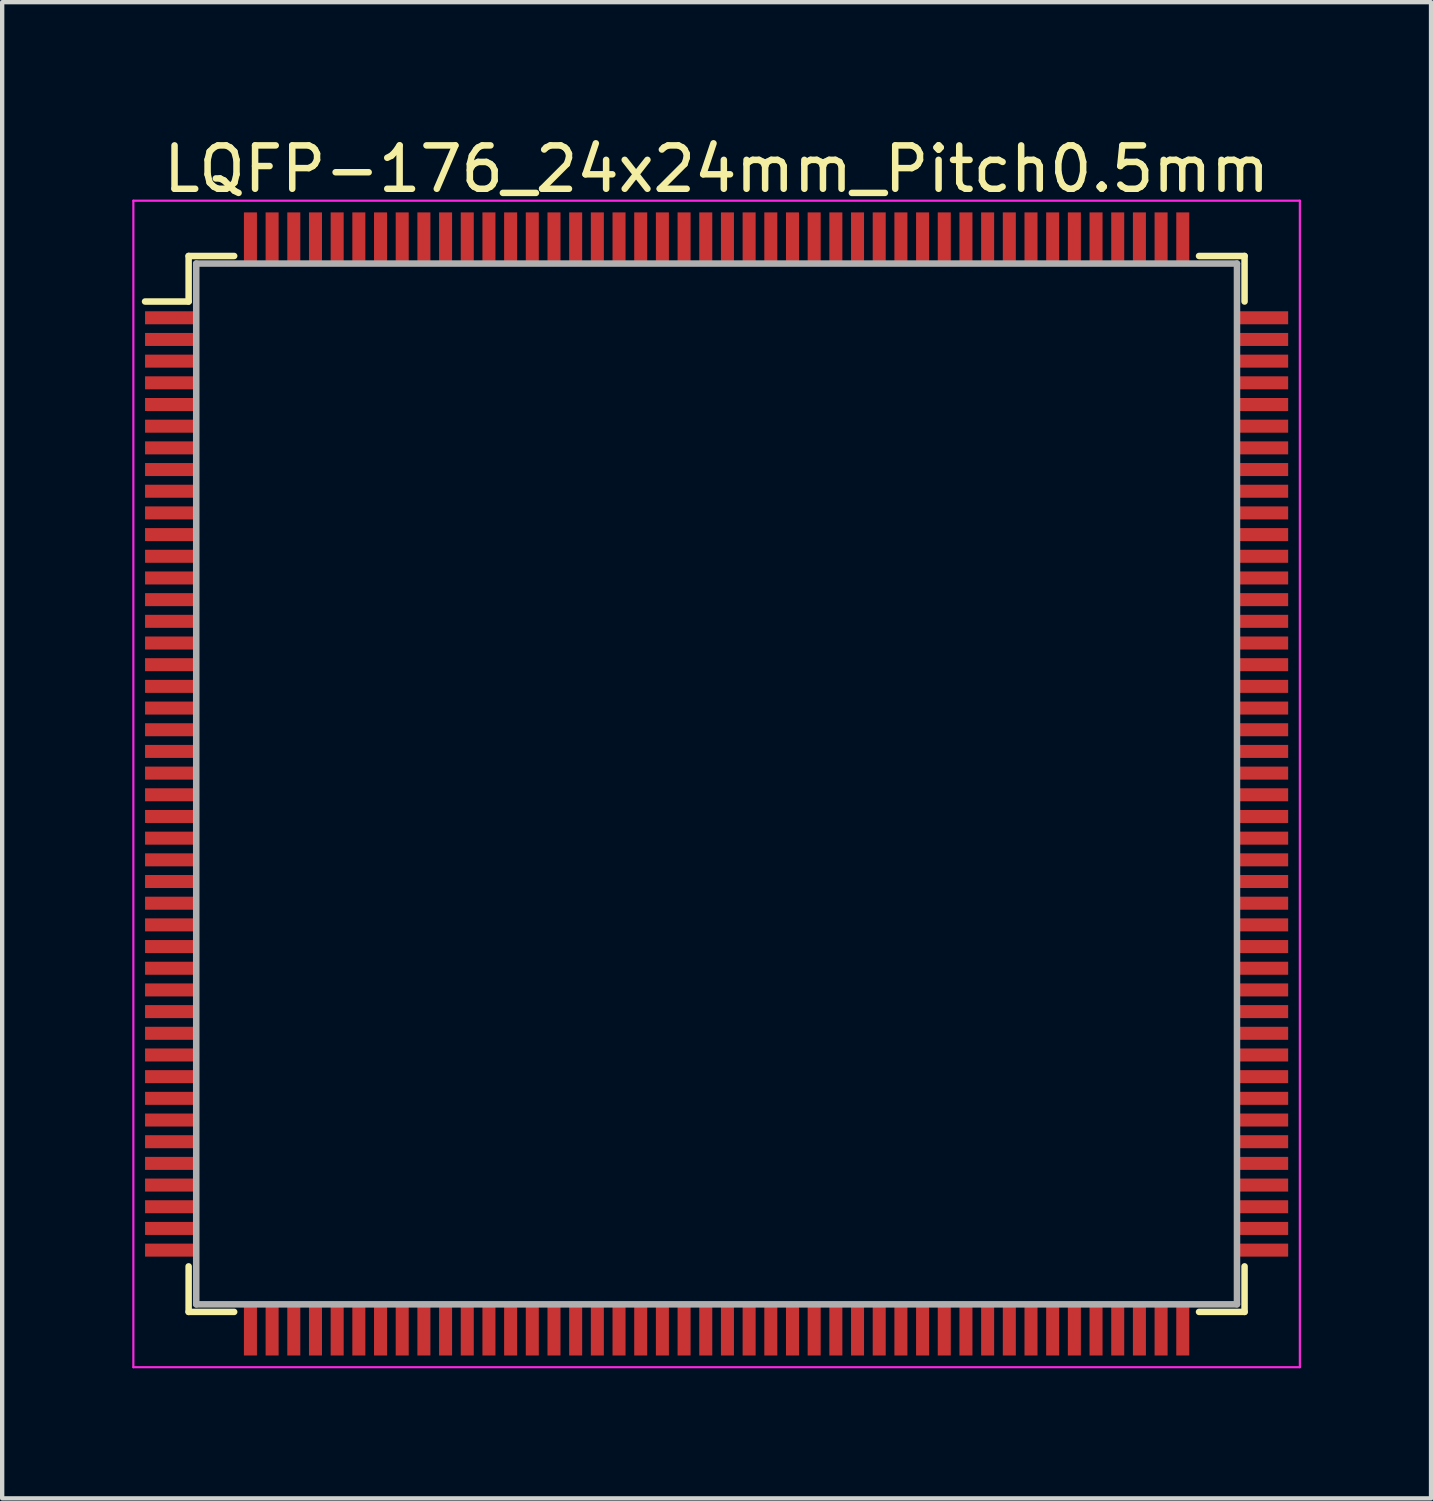
<source format=kicad_pcb>
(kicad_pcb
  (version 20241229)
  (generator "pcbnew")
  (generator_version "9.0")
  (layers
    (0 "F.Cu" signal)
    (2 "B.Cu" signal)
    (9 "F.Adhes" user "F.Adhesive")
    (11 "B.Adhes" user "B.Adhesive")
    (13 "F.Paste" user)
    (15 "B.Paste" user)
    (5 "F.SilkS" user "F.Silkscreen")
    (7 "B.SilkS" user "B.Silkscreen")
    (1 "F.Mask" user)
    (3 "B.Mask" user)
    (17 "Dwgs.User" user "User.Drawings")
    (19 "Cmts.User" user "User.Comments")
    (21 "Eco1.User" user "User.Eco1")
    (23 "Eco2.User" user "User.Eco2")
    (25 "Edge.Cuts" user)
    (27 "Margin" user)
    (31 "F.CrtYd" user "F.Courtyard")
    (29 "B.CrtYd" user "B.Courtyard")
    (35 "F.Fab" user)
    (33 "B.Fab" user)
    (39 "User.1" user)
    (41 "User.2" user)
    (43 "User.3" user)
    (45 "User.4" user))
  (footprint "LQFP-176_24x24mm_Pitch0.5mm"
    (layer "F.Cu")
    (at 13.475 15.028)
    (property "Reference" "LQFP-176_24x24mm_Pitch0.5mm" (at 0 -14.18 0) (layer "F.SilkS") (effects (font (size 1 1) (thickness 0.15))))
    (attr smd)
    (fp_line (start -12.175 -12.175) (end -12.175 -11.125) (stroke (width 0.15) (type solid)) (layer "F.SilkS"))
    (fp_line (start -12.175 -12.175) (end -11.125 -12.175) (stroke (width 0.15) (type solid)) (layer "F.SilkS"))
    (fp_line (start -12.175 -11.125) (end -13.18 -11.125) (stroke (width 0.15) (type solid)) (layer "F.SilkS"))
    (fp_line (start -12.175 12.175) (end -12.175 11.125) (stroke (width 0.15) (type solid)) (layer "F.SilkS"))
    (fp_line (start -12.175 12.175) (end -11.125 12.175) (stroke (width 0.15) (type solid)) (layer "F.SilkS"))
    (fp_line (start 12.175 -12.175) (end 11.125 -12.175) (stroke (width 0.15) (type solid)) (layer "F.SilkS"))
    (fp_line (start 12.175 -12.175) (end 12.175 -11.125) (stroke (width 0.15) (type solid)) (layer "F.SilkS"))
    (fp_line (start 12.175 12.175) (end 11.125 12.175) (stroke (width 0.15) (type solid)) (layer "F.SilkS"))
    (fp_line (start 12.175 12.175) (end 12.175 11.125) (stroke (width 0.15) (type solid)) (layer "F.SilkS"))
    (fp_line (start -13.45 -13.45) (end -13.45 13.45) (stroke (width 0.05) (type solid)) (layer "F.CrtYd"))
    (fp_line (start -13.45 -13.45) (end 13.45 -13.45) (stroke (width 0.05) (type solid)) (layer "F.CrtYd"))
    (fp_line (start -13.45 13.45) (end 13.45 13.45) (stroke (width 0.05) (type solid)) (layer "F.CrtYd"))
    (fp_line (start 13.45 -13.45) (end 13.45 13.45) (stroke (width 0.05) (type solid)) (layer "F.CrtYd"))
    (fp_line (start -12 -12) (end 12 -12) (stroke (width 0.15) (type solid)) (layer "F.Fab"))
    (fp_line (start -12 12) (end -12 -12) (stroke (width 0.15) (type solid)) (layer "F.Fab"))
    (fp_line (start 12 -12) (end 12 12) (stroke (width 0.15) (type solid)) (layer "F.Fab"))
    (fp_line (start 12 12) (end -12 12) (stroke (width 0.15) (type solid)) (layer "F.Fab"))
    (pad "1" smd rect (at -12.62 -10.75) (size 1.12 0.3) (layers "F.Cu" "F.Mask" "F.Paste"))
    (pad "2" smd rect (at -12.62 -10.25) (size 1.12 0.3) (layers "F.Cu" "F.Mask" "F.Paste"))
    (pad "3" smd rect (at -12.62 -9.75) (size 1.12 0.3) (layers "F.Cu" "F.Mask" "F.Paste"))
    (pad "4" smd rect (at -12.62 -9.25) (size 1.12 0.3) (layers "F.Cu" "F.Mask" "F.Paste"))
    (pad "5" smd rect (at -12.62 -8.75) (size 1.12 0.3) (layers "F.Cu" "F.Mask" "F.Paste"))
    (pad "6" smd rect (at -12.62 -8.25) (size 1.12 0.3) (layers "F.Cu" "F.Mask" "F.Paste"))
    (pad "7" smd rect (at -12.62 -7.75) (size 1.12 0.3) (layers "F.Cu" "F.Mask" "F.Paste"))
    (pad "8" smd rect (at -12.62 -7.25) (size 1.12 0.3) (layers "F.Cu" "F.Mask" "F.Paste"))
    (pad "9" smd rect (at -12.62 -6.75) (size 1.12 0.3) (layers "F.Cu" "F.Mask" "F.Paste"))
    (pad "10" smd rect (at -12.62 -6.25) (size 1.12 0.3) (layers "F.Cu" "F.Mask" "F.Paste"))
    (pad "11" smd rect (at -12.62 -5.75) (size 1.12 0.3) (layers "F.Cu" "F.Mask" "F.Paste"))
    (pad "12" smd rect (at -12.62 -5.25) (size 1.12 0.3) (layers "F.Cu" "F.Mask" "F.Paste"))
    (pad "13" smd rect (at -12.62 -4.75) (size 1.12 0.3) (layers "F.Cu" "F.Mask" "F.Paste"))
    (pad "14" smd rect (at -12.62 -4.25) (size 1.12 0.3) (layers "F.Cu" "F.Mask" "F.Paste"))
    (pad "15" smd rect (at -12.62 -3.75) (size 1.12 0.3) (layers "F.Cu" "F.Mask" "F.Paste"))
    (pad "16" smd rect (at -12.62 -3.25) (size 1.12 0.3) (layers "F.Cu" "F.Mask" "F.Paste"))
    (pad "17" smd rect (at -12.62 -2.75) (size 1.12 0.3) (layers "F.Cu" "F.Mask" "F.Paste"))
    (pad "18" smd rect (at -12.62 -2.25) (size 1.12 0.3) (layers "F.Cu" "F.Mask" "F.Paste"))
    (pad "19" smd rect (at -12.62 -1.75) (size 1.12 0.3) (layers "F.Cu" "F.Mask" "F.Paste"))
    (pad "20" smd rect (at -12.62 -1.25) (size 1.12 0.3) (layers "F.Cu" "F.Mask" "F.Paste"))
    (pad "21" smd rect (at -12.62 -0.75) (size 1.12 0.3) (layers "F.Cu" "F.Mask" "F.Paste"))
    (pad "22" smd rect (at -12.62 -0.25) (size 1.12 0.3) (layers "F.Cu" "F.Mask" "F.Paste"))
    (pad "23" smd rect (at -12.62 0.25) (size 1.12 0.3) (layers "F.Cu" "F.Mask" "F.Paste"))
    (pad "24" smd rect (at -12.62 0.75) (size 1.12 0.3) (layers "F.Cu" "F.Mask" "F.Paste"))
    (pad "25" smd rect (at -12.62 1.25) (size 1.12 0.3) (layers "F.Cu" "F.Mask" "F.Paste"))
    (pad "26" smd rect (at -12.62 1.75) (size 1.12 0.3) (layers "F.Cu" "F.Mask" "F.Paste"))
    (pad "27" smd rect (at -12.62 2.25) (size 1.12 0.3) (layers "F.Cu" "F.Mask" "F.Paste"))
    (pad "28" smd rect (at -12.62 2.75) (size 1.12 0.3) (layers "F.Cu" "F.Mask" "F.Paste"))
    (pad "29" smd rect (at -12.62 3.25) (size 1.12 0.3) (layers "F.Cu" "F.Mask" "F.Paste"))
    (pad "30" smd rect (at -12.62 3.75) (size 1.12 0.3) (layers "F.Cu" "F.Mask" "F.Paste"))
    (pad "31" smd rect (at -12.62 4.25) (size 1.12 0.3) (layers "F.Cu" "F.Mask" "F.Paste"))
    (pad "32" smd rect (at -12.62 4.75) (size 1.12 0.3) (layers "F.Cu" "F.Mask" "F.Paste"))
    (pad "33" smd rect (at -12.62 5.25) (size 1.12 0.3) (layers "F.Cu" "F.Mask" "F.Paste"))
    (pad "34" smd rect (at -12.62 5.75) (size 1.12 0.3) (layers "F.Cu" "F.Mask" "F.Paste"))
    (pad "35" smd rect (at -12.62 6.25) (size 1.12 0.3) (layers "F.Cu" "F.Mask" "F.Paste"))
    (pad "36" smd rect (at -12.62 6.75) (size 1.12 0.3) (layers "F.Cu" "F.Mask" "F.Paste"))
    (pad "37" smd rect (at -12.62 7.25) (size 1.12 0.3) (layers "F.Cu" "F.Mask" "F.Paste"))
    (pad "38" smd rect (at -12.62 7.75) (size 1.12 0.3) (layers "F.Cu" "F.Mask" "F.Paste"))
    (pad "39" smd rect (at -12.62 8.25) (size 1.12 0.3) (layers "F.Cu" "F.Mask" "F.Paste"))
    (pad "40" smd rect (at -12.62 8.75) (size 1.12 0.3) (layers "F.Cu" "F.Mask" "F.Paste"))
    (pad "41" smd rect (at -12.62 9.25) (size 1.12 0.3) (layers "F.Cu" "F.Mask" "F.Paste"))
    (pad "42" smd rect (at -12.62 9.75) (size 1.12 0.3) (layers "F.Cu" "F.Mask" "F.Paste"))
    (pad "43" smd rect (at -12.62 10.25) (size 1.12 0.3) (layers "F.Cu" "F.Mask" "F.Paste"))
    (pad "44" smd rect (at -12.62 10.75) (size 1.12 0.3) (layers "F.Cu" "F.Mask" "F.Paste"))
    (pad "45" smd rect (at -10.75 12.62 90) (size 1.12 0.3) (layers "F.Cu" "F.Mask" "F.Paste"))
    (pad "46" smd rect (at -10.25 12.62 90) (size 1.12 0.3) (layers "F.Cu" "F.Mask" "F.Paste"))
    (pad "47" smd rect (at -9.75 12.62 90) (size 1.12 0.3) (layers "F.Cu" "F.Mask" "F.Paste"))
    (pad "48" smd rect (at -9.25 12.62 90) (size 1.12 0.3) (layers "F.Cu" "F.Mask" "F.Paste"))
    (pad "49" smd rect (at -8.75 12.62 90) (size 1.12 0.3) (layers "F.Cu" "F.Mask" "F.Paste"))
    (pad "50" smd rect (at -8.25 12.62 90) (size 1.12 0.3) (layers "F.Cu" "F.Mask" "F.Paste"))
    (pad "51" smd rect (at -7.75 12.62 90) (size 1.12 0.3) (layers "F.Cu" "F.Mask" "F.Paste"))
    (pad "52" smd rect (at -7.25 12.62 90) (size 1.12 0.3) (layers "F.Cu" "F.Mask" "F.Paste"))
    (pad "53" smd rect (at -6.75 12.62 90) (size 1.12 0.3) (layers "F.Cu" "F.Mask" "F.Paste"))
    (pad "54" smd rect (at -6.25 12.62 90) (size 1.12 0.3) (layers "F.Cu" "F.Mask" "F.Paste"))
    (pad "55" smd rect (at -5.75 12.62 90) (size 1.12 0.3) (layers "F.Cu" "F.Mask" "F.Paste"))
    (pad "56" smd rect (at -5.25 12.62 90) (size 1.12 0.3) (layers "F.Cu" "F.Mask" "F.Paste"))
    (pad "57" smd rect (at -4.75 12.62 90) (size 1.12 0.3) (layers "F.Cu" "F.Mask" "F.Paste"))
    (pad "58" smd rect (at -4.25 12.62 90) (size 1.12 0.3) (layers "F.Cu" "F.Mask" "F.Paste"))
    (pad "59" smd rect (at -3.75 12.62 90) (size 1.12 0.3) (layers "F.Cu" "F.Mask" "F.Paste"))
    (pad "60" smd rect (at -3.25 12.62 90) (size 1.12 0.3) (layers "F.Cu" "F.Mask" "F.Paste"))
    (pad "61" smd rect (at -2.75 12.62 90) (size 1.12 0.3) (layers "F.Cu" "F.Mask" "F.Paste"))
    (pad "62" smd rect (at -2.25 12.62 90) (size 1.12 0.3) (layers "F.Cu" "F.Mask" "F.Paste"))
    (pad "63" smd rect (at -1.75 12.62 90) (size 1.12 0.3) (layers "F.Cu" "F.Mask" "F.Paste"))
    (pad "64" smd rect (at -1.25 12.62 90) (size 1.12 0.3) (layers "F.Cu" "F.Mask" "F.Paste"))
    (pad "65" smd rect (at -0.75 12.62 90) (size 1.12 0.3) (layers "F.Cu" "F.Mask" "F.Paste"))
    (pad "66" smd rect (at -0.25 12.62 90) (size 1.12 0.3) (layers "F.Cu" "F.Mask" "F.Paste"))
    (pad "67" smd rect (at 0.25 12.62 90) (size 1.12 0.3) (layers "F.Cu" "F.Mask" "F.Paste"))
    (pad "68" smd rect (at 0.75 12.62 90) (size 1.12 0.3) (layers "F.Cu" "F.Mask" "F.Paste"))
    (pad "69" smd rect (at 1.25 12.62 90) (size 1.12 0.3) (layers "F.Cu" "F.Mask" "F.Paste"))
    (pad "70" smd rect (at 1.75 12.62 90) (size 1.12 0.3) (layers "F.Cu" "F.Mask" "F.Paste"))
    (pad "71" smd rect (at 2.25 12.62 90) (size 1.12 0.3) (layers "F.Cu" "F.Mask" "F.Paste"))
    (pad "72" smd rect (at 2.75 12.62 90) (size 1.12 0.3) (layers "F.Cu" "F.Mask" "F.Paste"))
    (pad "73" smd rect (at 3.25 12.62 90) (size 1.12 0.3) (layers "F.Cu" "F.Mask" "F.Paste"))
    (pad "74" smd rect (at 3.75 12.62 90) (size 1.12 0.3) (layers "F.Cu" "F.Mask" "F.Paste"))
    (pad "75" smd rect (at 4.25 12.62 90) (size 1.12 0.3) (layers "F.Cu" "F.Mask" "F.Paste"))
    (pad "76" smd rect (at 4.75 12.62 90) (size 1.12 0.3) (layers "F.Cu" "F.Mask" "F.Paste"))
    (pad "77" smd rect (at 5.25 12.62 90) (size 1.12 0.3) (layers "F.Cu" "F.Mask" "F.Paste"))
    (pad "78" smd rect (at 5.75 12.62 90) (size 1.12 0.3) (layers "F.Cu" "F.Mask" "F.Paste"))
    (pad "79" smd rect (at 6.25 12.62 90) (size 1.12 0.3) (layers "F.Cu" "F.Mask" "F.Paste"))
    (pad "80" smd rect (at 6.75 12.62 90) (size 1.12 0.3) (layers "F.Cu" "F.Mask" "F.Paste"))
    (pad "81" smd rect (at 7.25 12.62 90) (size 1.12 0.3) (layers "F.Cu" "F.Mask" "F.Paste"))
    (pad "82" smd rect (at 7.75 12.62 90) (size 1.12 0.3) (layers "F.Cu" "F.Mask" "F.Paste"))
    (pad "83" smd rect (at 8.25 12.62 90) (size 1.12 0.3) (layers "F.Cu" "F.Mask" "F.Paste"))
    (pad "84" smd rect (at 8.75 12.62 90) (size 1.12 0.3) (layers "F.Cu" "F.Mask" "F.Paste"))
    (pad "85" smd rect (at 9.25 12.62 90) (size 1.12 0.3) (layers "F.Cu" "F.Mask" "F.Paste"))
    (pad "86" smd rect (at 9.75 12.62 90) (size 1.12 0.3) (layers "F.Cu" "F.Mask" "F.Paste"))
    (pad "87" smd rect (at 10.25 12.62 90) (size 1.12 0.3) (layers "F.Cu" "F.Mask" "F.Paste"))
    (pad "88" smd rect (at 10.75 12.62 90) (size 1.12 0.3) (layers "F.Cu" "F.Mask" "F.Paste"))
    (pad "89" smd rect (at 12.62 10.75) (size 1.12 0.3) (layers "F.Cu" "F.Mask" "F.Paste"))
    (pad "90" smd rect (at 12.62 10.25) (size 1.12 0.3) (layers "F.Cu" "F.Mask" "F.Paste"))
    (pad "91" smd rect (at 12.62 9.75) (size 1.12 0.3) (layers "F.Cu" "F.Mask" "F.Paste"))
    (pad "92" smd rect (at 12.62 9.25) (size 1.12 0.3) (layers "F.Cu" "F.Mask" "F.Paste"))
    (pad "93" smd rect (at 12.62 8.75) (size 1.12 0.3) (layers "F.Cu" "F.Mask" "F.Paste"))
    (pad "94" smd rect (at 12.62 8.25) (size 1.12 0.3) (layers "F.Cu" "F.Mask" "F.Paste"))
    (pad "95" smd rect (at 12.62 7.75) (size 1.12 0.3) (layers "F.Cu" "F.Mask" "F.Paste"))
    (pad "96" smd rect (at 12.62 7.25) (size 1.12 0.3) (layers "F.Cu" "F.Mask" "F.Paste"))
    (pad "97" smd rect (at 12.62 6.75) (size 1.12 0.3) (layers "F.Cu" "F.Mask" "F.Paste"))
    (pad "98" smd rect (at 12.62 6.25) (size 1.12 0.3) (layers "F.Cu" "F.Mask" "F.Paste"))
    (pad "99" smd rect (at 12.62 5.75) (size 1.12 0.3) (layers "F.Cu" "F.Mask" "F.Paste"))
    (pad "100" smd rect (at 12.62 5.25) (size 1.12 0.3) (layers "F.Cu" "F.Mask" "F.Paste"))
    (pad "101" smd rect (at 12.62 4.75) (size 1.12 0.3) (layers "F.Cu" "F.Mask" "F.Paste"))
    (pad "102" smd rect (at 12.62 4.25) (size 1.12 0.3) (layers "F.Cu" "F.Mask" "F.Paste"))
    (pad "103" smd rect (at 12.62 3.75) (size 1.12 0.3) (layers "F.Cu" "F.Mask" "F.Paste"))
    (pad "104" smd rect (at 12.62 3.25) (size 1.12 0.3) (layers "F.Cu" "F.Mask" "F.Paste"))
    (pad "105" smd rect (at 12.62 2.75) (size 1.12 0.3) (layers "F.Cu" "F.Mask" "F.Paste"))
    (pad "106" smd rect (at 12.62 2.25) (size 1.12 0.3) (layers "F.Cu" "F.Mask" "F.Paste"))
    (pad "107" smd rect (at 12.62 1.75) (size 1.12 0.3) (layers "F.Cu" "F.Mask" "F.Paste"))
    (pad "108" smd rect (at 12.62 1.25) (size 1.12 0.3) (layers "F.Cu" "F.Mask" "F.Paste"))
    (pad "109" smd rect (at 12.62 0.75) (size 1.12 0.3) (layers "F.Cu" "F.Mask" "F.Paste"))
    (pad "110" smd rect (at 12.62 0.25) (size 1.12 0.3) (layers "F.Cu" "F.Mask" "F.Paste"))
    (pad "111" smd rect (at 12.62 -0.25) (size 1.12 0.3) (layers "F.Cu" "F.Mask" "F.Paste"))
    (pad "112" smd rect (at 12.62 -0.75) (size 1.12 0.3) (layers "F.Cu" "F.Mask" "F.Paste"))
    (pad "113" smd rect (at 12.62 -1.25) (size 1.12 0.3) (layers "F.Cu" "F.Mask" "F.Paste"))
    (pad "114" smd rect (at 12.62 -1.75) (size 1.12 0.3) (layers "F.Cu" "F.Mask" "F.Paste"))
    (pad "115" smd rect (at 12.62 -2.25) (size 1.12 0.3) (layers "F.Cu" "F.Mask" "F.Paste"))
    (pad "116" smd rect (at 12.62 -2.75) (size 1.12 0.3) (layers "F.Cu" "F.Mask" "F.Paste"))
    (pad "117" smd rect (at 12.62 -3.25) (size 1.12 0.3) (layers "F.Cu" "F.Mask" "F.Paste"))
    (pad "118" smd rect (at 12.62 -3.75) (size 1.12 0.3) (layers "F.Cu" "F.Mask" "F.Paste"))
    (pad "119" smd rect (at 12.62 -4.25) (size 1.12 0.3) (layers "F.Cu" "F.Mask" "F.Paste"))
    (pad "120" smd rect (at 12.62 -4.75) (size 1.12 0.3) (layers "F.Cu" "F.Mask" "F.Paste"))
    (pad "121" smd rect (at 12.62 -5.25) (size 1.12 0.3) (layers "F.Cu" "F.Mask" "F.Paste"))
    (pad "122" smd rect (at 12.62 -5.75) (size 1.12 0.3) (layers "F.Cu" "F.Mask" "F.Paste"))
    (pad "123" smd rect (at 12.62 -6.25) (size 1.12 0.3) (layers "F.Cu" "F.Mask" "F.Paste"))
    (pad "124" smd rect (at 12.62 -6.75) (size 1.12 0.3) (layers "F.Cu" "F.Mask" "F.Paste"))
    (pad "125" smd rect (at 12.62 -7.25) (size 1.12 0.3) (layers "F.Cu" "F.Mask" "F.Paste"))
    (pad "126" smd rect (at 12.62 -7.75) (size 1.12 0.3) (layers "F.Cu" "F.Mask" "F.Paste"))
    (pad "127" smd rect (at 12.62 -8.25) (size 1.12 0.3) (layers "F.Cu" "F.Mask" "F.Paste"))
    (pad "128" smd rect (at 12.62 -8.75) (size 1.12 0.3) (layers "F.Cu" "F.Mask" "F.Paste"))
    (pad "129" smd rect (at 12.62 -9.25) (size 1.12 0.3) (layers "F.Cu" "F.Mask" "F.Paste"))
    (pad "130" smd rect (at 12.62 -9.75) (size 1.12 0.3) (layers "F.Cu" "F.Mask" "F.Paste"))
    (pad "131" smd rect (at 12.62 -10.25) (size 1.12 0.3) (layers "F.Cu" "F.Mask" "F.Paste"))
    (pad "132" smd rect (at 12.62 -10.75) (size 1.12 0.3) (layers "F.Cu" "F.Mask" "F.Paste"))
    (pad "133" smd rect (at 10.75 -12.62 90) (size 1.12 0.3) (layers "F.Cu" "F.Mask" "F.Paste"))
    (pad "134" smd rect (at 10.25 -12.62 90) (size 1.12 0.3) (layers "F.Cu" "F.Mask" "F.Paste"))
    (pad "135" smd rect (at 9.75 -12.62 90) (size 1.12 0.3) (layers "F.Cu" "F.Mask" "F.Paste"))
    (pad "136" smd rect (at 9.25 -12.62 90) (size 1.12 0.3) (layers "F.Cu" "F.Mask" "F.Paste"))
    (pad "137" smd rect (at 8.75 -12.62 90) (size 1.12 0.3) (layers "F.Cu" "F.Mask" "F.Paste"))
    (pad "138" smd rect (at 8.25 -12.62 90) (size 1.12 0.3) (layers "F.Cu" "F.Mask" "F.Paste"))
    (pad "139" smd rect (at 7.75 -12.62 90) (size 1.12 0.3) (layers "F.Cu" "F.Mask" "F.Paste"))
    (pad "140" smd rect (at 7.25 -12.62 90) (size 1.12 0.3) (layers "F.Cu" "F.Mask" "F.Paste"))
    (pad "141" smd rect (at 6.75 -12.62 90) (size 1.12 0.3) (layers "F.Cu" "F.Mask" "F.Paste"))
    (pad "142" smd rect (at 6.25 -12.62 90) (size 1.12 0.3) (layers "F.Cu" "F.Mask" "F.Paste"))
    (pad "143" smd rect (at 5.75 -12.62 90) (size 1.12 0.3) (layers "F.Cu" "F.Mask" "F.Paste"))
    (pad "144" smd rect (at 5.25 -12.62 90) (size 1.12 0.3) (layers "F.Cu" "F.Mask" "F.Paste"))
    (pad "145" smd rect (at 4.75 -12.62 90) (size 1.12 0.3) (layers "F.Cu" "F.Mask" "F.Paste"))
    (pad "146" smd rect (at 4.25 -12.62 90) (size 1.12 0.3) (layers "F.Cu" "F.Mask" "F.Paste"))
    (pad "147" smd rect (at 3.75 -12.62 90) (size 1.12 0.3) (layers "F.Cu" "F.Mask" "F.Paste"))
    (pad "148" smd rect (at 3.25 -12.62 90) (size 1.12 0.3) (layers "F.Cu" "F.Mask" "F.Paste"))
    (pad "149" smd rect (at 2.75 -12.62 90) (size 1.12 0.3) (layers "F.Cu" "F.Mask" "F.Paste"))
    (pad "150" smd rect (at 2.25 -12.62 90) (size 1.12 0.3) (layers "F.Cu" "F.Mask" "F.Paste"))
    (pad "151" smd rect (at 1.75 -12.62 90) (size 1.12 0.3) (layers "F.Cu" "F.Mask" "F.Paste"))
    (pad "152" smd rect (at 1.25 -12.62 90) (size 1.12 0.3) (layers "F.Cu" "F.Mask" "F.Paste"))
    (pad "153" smd rect (at 0.75 -12.62 90) (size 1.12 0.3) (layers "F.Cu" "F.Mask" "F.Paste"))
    (pad "154" smd rect (at 0.25 -12.62 90) (size 1.12 0.3) (layers "F.Cu" "F.Mask" "F.Paste"))
    (pad "155" smd rect (at -0.25 -12.62 90) (size 1.12 0.3) (layers "F.Cu" "F.Mask" "F.Paste"))
    (pad "156" smd rect (at -0.75 -12.62 90) (size 1.12 0.3) (layers "F.Cu" "F.Mask" "F.Paste"))
    (pad "157" smd rect (at -1.25 -12.62 90) (size 1.12 0.3) (layers "F.Cu" "F.Mask" "F.Paste"))
    (pad "158" smd rect (at -1.75 -12.62 90) (size 1.12 0.3) (layers "F.Cu" "F.Mask" "F.Paste"))
    (pad "159" smd rect (at -2.25 -12.62 90) (size 1.12 0.3) (layers "F.Cu" "F.Mask" "F.Paste"))
    (pad "160" smd rect (at -2.75 -12.62 90) (size 1.12 0.3) (layers "F.Cu" "F.Mask" "F.Paste"))
    (pad "161" smd rect (at -3.25 -12.62 90) (size 1.12 0.3) (layers "F.Cu" "F.Mask" "F.Paste"))
    (pad "162" smd rect (at -3.75 -12.62 90) (size 1.12 0.3) (layers "F.Cu" "F.Mask" "F.Paste"))
    (pad "163" smd rect (at -4.25 -12.62 90) (size 1.12 0.3) (layers "F.Cu" "F.Mask" "F.Paste"))
    (pad "164" smd rect (at -4.75 -12.62 90) (size 1.12 0.3) (layers "F.Cu" "F.Mask" "F.Paste"))
    (pad "165" smd rect (at -5.25 -12.62 90) (size 1.12 0.3) (layers "F.Cu" "F.Mask" "F.Paste"))
    (pad "166" smd rect (at -5.75 -12.62 90) (size 1.12 0.3) (layers "F.Cu" "F.Mask" "F.Paste"))
    (pad "167" smd rect (at -6.25 -12.62 90) (size 1.12 0.3) (layers "F.Cu" "F.Mask" "F.Paste"))
    (pad "168" smd rect (at -6.75 -12.62 90) (size 1.12 0.3) (layers "F.Cu" "F.Mask" "F.Paste"))
    (pad "169" smd rect (at -7.25 -12.62 90) (size 1.12 0.3) (layers "F.Cu" "F.Mask" "F.Paste"))
    (pad "170" smd rect (at -7.75 -12.62 90) (size 1.12 0.3) (layers "F.Cu" "F.Mask" "F.Paste"))
    (pad "171" smd rect (at -8.25 -12.62 90) (size 1.12 0.3) (layers "F.Cu" "F.Mask" "F.Paste"))
    (pad "172" smd rect (at -8.75 -12.62 90) (size 1.12 0.3) (layers "F.Cu" "F.Mask" "F.Paste"))
    (pad "173" smd rect (at -9.25 -12.62 90) (size 1.12 0.3) (layers "F.Cu" "F.Mask" "F.Paste"))
    (pad "174" smd rect (at -9.75 -12.62 90) (size 1.12 0.3) (layers "F.Cu" "F.Mask" "F.Paste"))
    (pad "175" smd rect (at -10.25 -12.62 90) (size 1.12 0.3) (layers "F.Cu" "F.Mask" "F.Paste"))
    (pad "176" smd rect (at -10.75 -12.62 90) (size 1.12 0.3) (layers "F.Cu" "F.Mask" "F.Paste")))
  (gr_rect
    (start -3 -3)
    (end 29.95 31.503)
    (stroke (width 0.1) (type default))
    (fill no)
    (layer "Edge.Cuts")))
</source>
